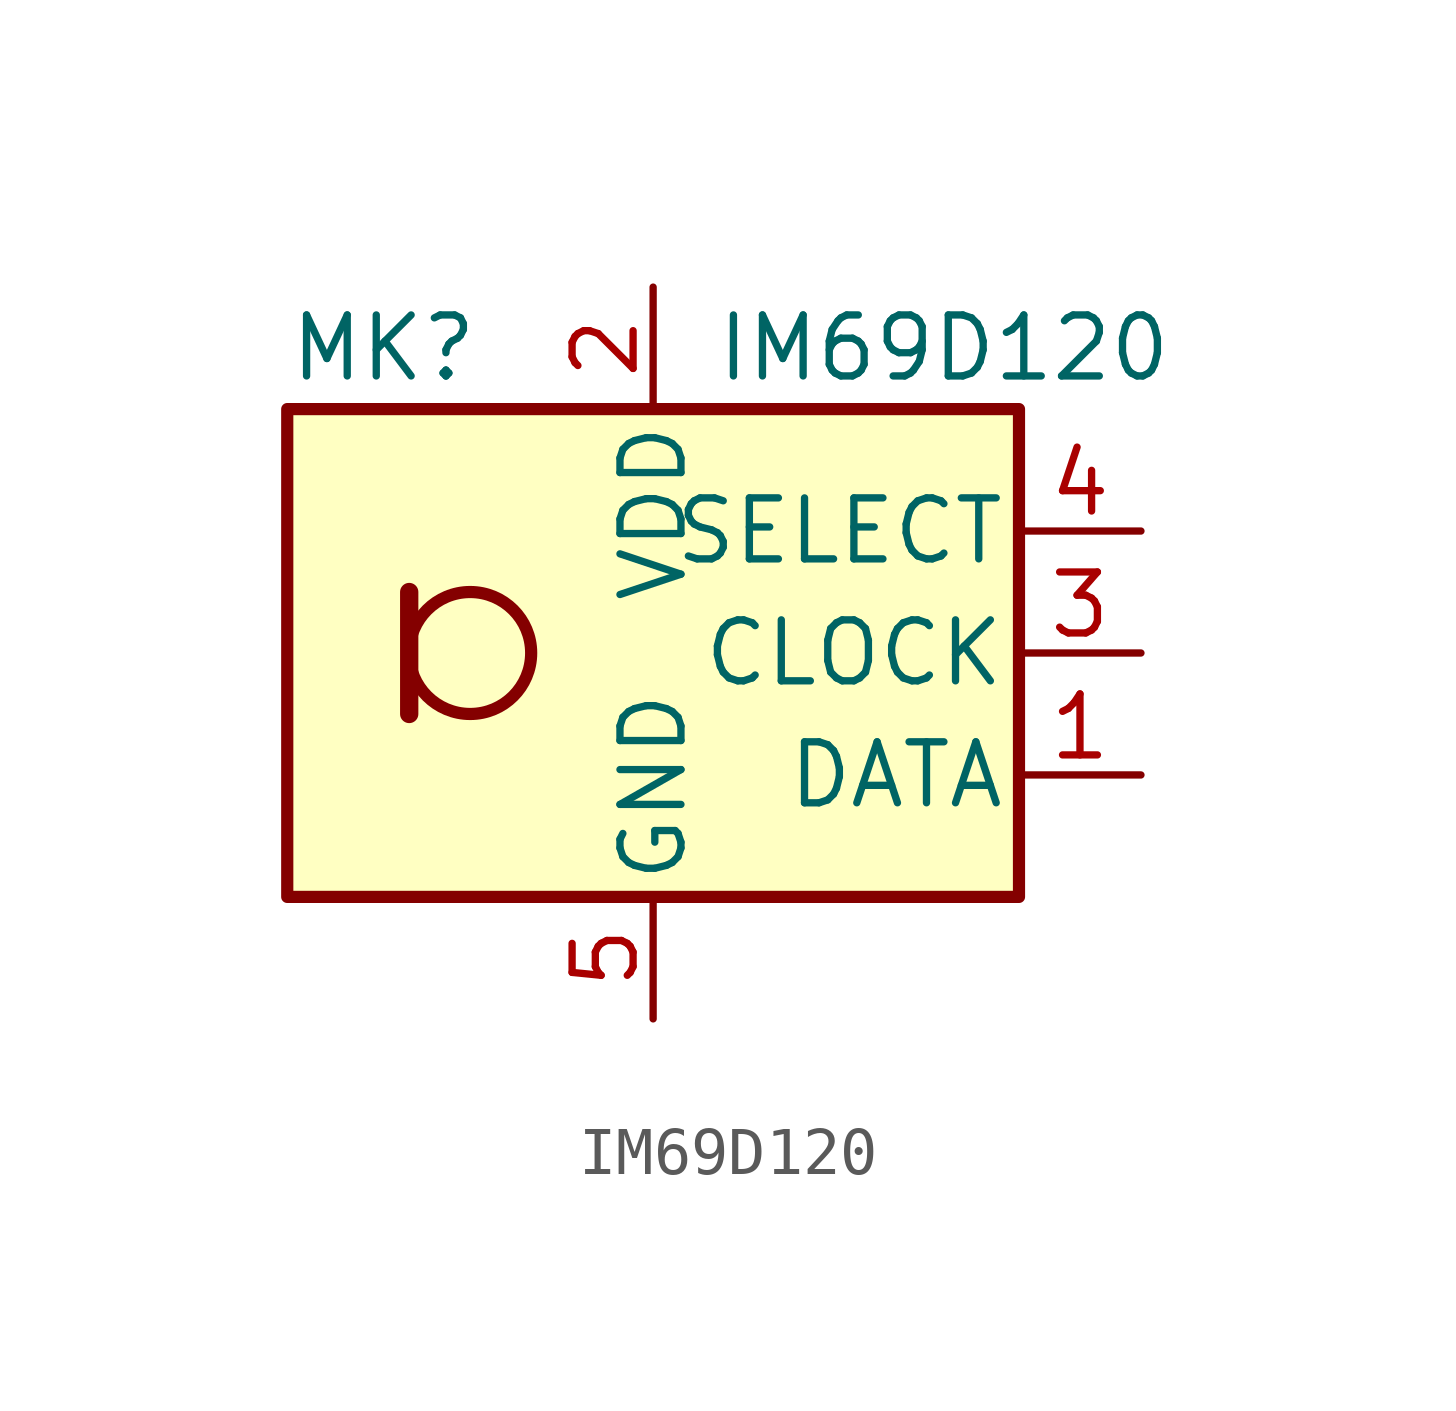
<source format=kicad_sym>
(kicad_symbol_lib
  (version 20201005)
  (generator kicad_symbol_editor)
  (symbol "IM69D120"
    (pin_names
      (offset 0.254))
    (property "Reference" "MK"
      (at -7.62 6.35 0)
      (effects (font (size 1.27 1.27)) (justify left)))
    (property "Value" "IM69D120"
      (at 1.27 6.35 0)
      (effects (font (size 1.27 1.27)) (justify left)))
    (symbol "IM69D120_0_1"
      (circle (center -3.81 0) (radius 1.27) (stroke (width 0.254)) (fill (type none)))
      (rectangle (start -7.62 5.08) (end 7.62 -5.08) (stroke (width 0.254)) (fill (type background)))
      (polyline (pts (xy -5.08 1.27) (xy -5.08 -1.27)) (stroke (width 0.381)) (fill (type none))))
    (symbol "IM69D120_1_1"
      (pin output line (at 10.16 -2.54 180) (length 2.54) (name "DATA" (effects (font (size 1.27 1.27)))) (number "1" (effects (font (size 1.27 1.27)))))
      (pin power_in line (at 0 7.62 270) (length 2.54) (name "VDD" (effects (font (size 1.27 1.27)))) (number "2" (effects (font (size 1.27 1.27)))))
      (pin input line (at 10.16 0 180) (length 2.54) (name "CLOCK" (effects (font (size 1.27 1.27)))) (number "3" (effects (font (size 1.27 1.27)))))
      (pin input line (at 10.16 2.54 180) (length 2.54) (name "SELECT" (effects (font (size 1.27 1.27)))) (number "4" (effects (font (size 1.27 1.27)))))
      (pin power_in line (at 0 -7.62 90) (length 2.54) (name "GND" (effects (font (size 1.27 1.27)))) (number "5" (effects (font (size 1.27 1.27))))))))
</source>
